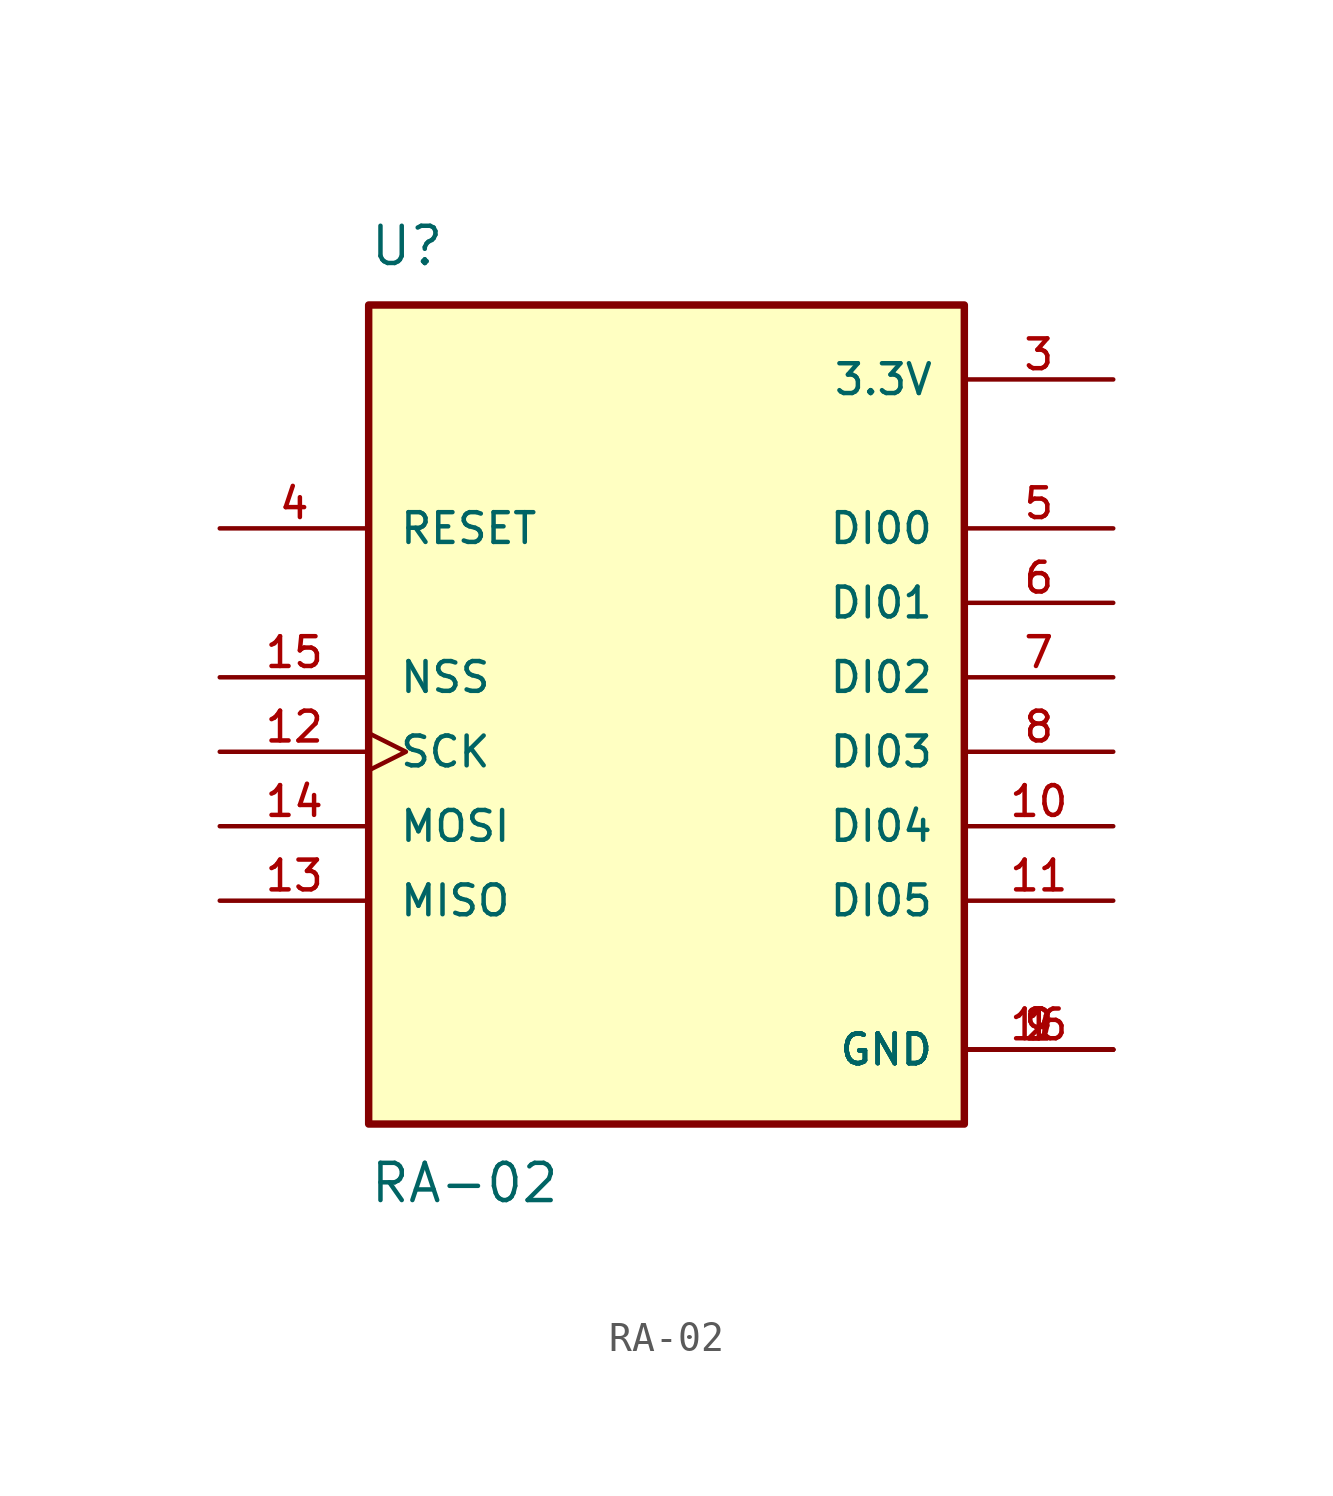
<source format=kicad_sym>
(kicad_symbol_lib
  (version 20211014)
  (generator kicad_symbol_editor)
  (symbol "RA-02"
    (pin_names
      (offset 1.016))
    (property "Reference" "U"
      (at -10.16 16.51 0)
      (effects (font (size 1.27 1.27)) (justify bottom left)))
    (property "Value" "RA-02"
      (at -10.16 -13.97 0)
      (effects (font (size 1.27 1.27)) (justify top left)))
    (symbol "RA-02_0_0"
      (rectangle (start -10.16 -12.7) (end 10.16 15.24) (stroke (width 0.254)) (fill (type background)))
      (pin power_in line (at 15.24 -10.16 180.0) (length 5.08) (name "GND" (effects (font (size 1.016 1.016)))) (number "1" (effects (font (size 1.016 1.016)))))
      (pin power_in line (at 15.24 -10.16 180.0) (length 5.08) (name "GND" (effects (font (size 1.016 1.016)))) (number "2" (effects (font (size 1.016 1.016)))))
      (pin power_in line (at 15.24 -10.16 180.0) (length 5.08) (name "GND" (effects (font (size 1.016 1.016)))) (number "9" (effects (font (size 1.016 1.016)))))
      (pin power_in line (at 15.24 -10.16 180.0) (length 5.08) (name "GND" (effects (font (size 1.016 1.016)))) (number "16" (effects (font (size 1.016 1.016)))))
      (pin power_in line (at 15.24 12.7 180.0) (length 5.08) (name "3.3V" (effects (font (size 1.016 1.016)))) (number "3" (effects (font (size 1.016 1.016)))))
      (pin input line (at -15.24 7.62 0) (length 5.08) (name "RESET" (effects (font (size 1.016 1.016)))) (number "4" (effects (font (size 1.016 1.016)))))
      (pin bidirectional line (at 15.24 7.62 180.0) (length 5.08) (name "DI00" (effects (font (size 1.016 1.016)))) (number "5" (effects (font (size 1.016 1.016)))))
      (pin bidirectional line (at 15.24 5.08 180.0) (length 5.08) (name "DI01" (effects (font (size 1.016 1.016)))) (number "6" (effects (font (size 1.016 1.016)))))
      (pin bidirectional line (at 15.24 2.54 180.0) (length 5.08) (name "DI02" (effects (font (size 1.016 1.016)))) (number "7" (effects (font (size 1.016 1.016)))))
      (pin bidirectional line (at 15.24 0.0 180.0) (length 5.08) (name "DI03" (effects (font (size 1.016 1.016)))) (number "8" (effects (font (size 1.016 1.016)))))
      (pin bidirectional line (at 15.24 -2.54 180.0) (length 5.08) (name "DI04" (effects (font (size 1.016 1.016)))) (number "10" (effects (font (size 1.016 1.016)))))
      (pin bidirectional line (at 15.24 -5.08 180.0) (length 5.08) (name "DI05" (effects (font (size 1.016 1.016)))) (number "11" (effects (font (size 1.016 1.016)))))
      (pin input clock (at -15.24 0.0 0) (length 5.08) (name "SCK" (effects (font (size 1.016 1.016)))) (number "12" (effects (font (size 1.016 1.016)))))
      (pin output line (at -15.24 -5.08 0) (length 5.08) (name "MISO" (effects (font (size 1.016 1.016)))) (number "13" (effects (font (size 1.016 1.016)))))
      (pin input line (at -15.24 -2.54 0) (length 5.08) (name "MOSI" (effects (font (size 1.016 1.016)))) (number "14" (effects (font (size 1.016 1.016)))))
      (pin input line (at -15.24 2.54 0) (length 5.08) (name "NSS" (effects (font (size 1.016 1.016)))) (number "15" (effects (font (size 1.016 1.016))))))))
</source>
